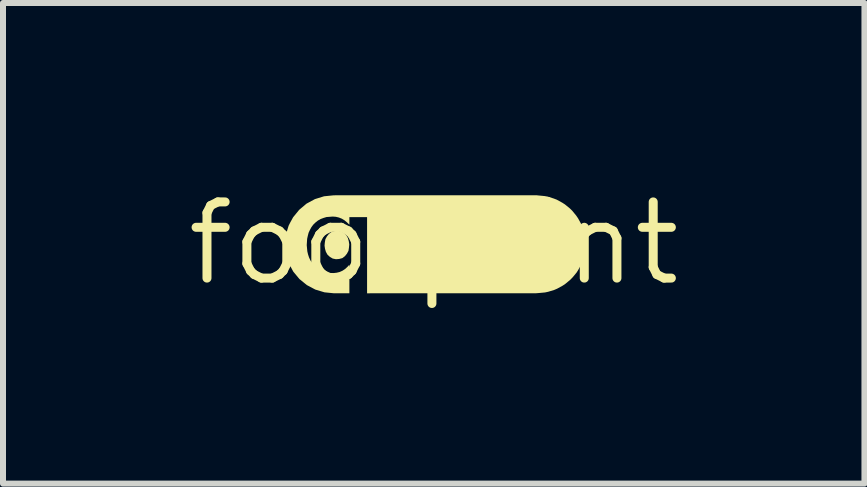
<source format=kicad_pcb>
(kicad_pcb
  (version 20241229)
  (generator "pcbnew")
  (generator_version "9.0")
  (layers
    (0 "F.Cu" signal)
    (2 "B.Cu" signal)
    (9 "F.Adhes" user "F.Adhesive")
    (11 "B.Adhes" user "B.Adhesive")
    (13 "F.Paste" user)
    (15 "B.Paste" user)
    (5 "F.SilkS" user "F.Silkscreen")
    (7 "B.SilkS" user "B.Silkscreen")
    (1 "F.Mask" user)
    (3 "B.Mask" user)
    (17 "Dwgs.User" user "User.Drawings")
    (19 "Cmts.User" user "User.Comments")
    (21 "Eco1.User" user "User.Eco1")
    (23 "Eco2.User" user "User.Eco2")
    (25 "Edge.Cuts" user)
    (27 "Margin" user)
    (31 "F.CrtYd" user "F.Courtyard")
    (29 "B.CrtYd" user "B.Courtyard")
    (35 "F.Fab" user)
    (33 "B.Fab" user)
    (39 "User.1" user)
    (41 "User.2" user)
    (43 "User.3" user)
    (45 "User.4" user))
  (footprint "footprint"
    (layer "F.Cu")
    (at 4.18 1.006)
    (property "Reference" "footprint" (at 0 0 0) (layer "F.SilkS") (effects (font (size 1.27 1.27) (thickness 0.15))))
    (fp_poly (pts (xy -1.543 -0.197) (xy -1.497 -0.17) (xy -1.457 -0.134) (xy -1.43 -0.086) (xy -1.416 -0.035) (xy -1.408 0.018) (xy -1.413 0.072) (xy -1.421 0.125) (xy -1.447 0.173) (xy -1.48 0.214) (xy -1.524 0.247) (xy -1.577 0.261) (xy -1.63 0.265) (xy -1.684 0.254) (xy -1.73 0.227) (xy -1.77 0.191) (xy -1.797 0.143) (xy -1.812 0.092) (xy -1.82 0.038) (xy -1.815 -0.015) (xy -1.806 -0.068) (xy -1.78 -0.116) (xy -1.747 -0.157) (xy -1.703 -0.19) (xy -1.65 -0.204) (xy -1.597 -0.208)) (stroke (width 0) (type solid)) (fill yes) (layer "F.SilkS"))
    (fp_poly (pts (xy 1.741 -0.798) (xy 1.846 -0.788) (xy 1.899 -0.779) (xy 2 -0.747) (xy 2.05 -0.728) (xy 2.143 -0.677) (xy 2.188 -0.648) (xy 2.27 -0.581) (xy 2.308 -0.544) (xy 2.376 -0.461) (xy 2.406 -0.417) (xy 2.457 -0.324) (xy 2.477 -0.275) (xy 2.509 -0.173) (xy 2.519 -0.121) (xy 2.53 -0.015) (xy 2.531 0.038) (xy 2.52 0.144) (xy 2.511 0.197) (xy 2.48 0.298) (xy 2.461 0.348) (xy 2.41 0.442) (xy 2.382 0.487) (xy 2.314 0.569) (xy 2.277 0.607) (xy 2.195 0.675) (xy 2.151 0.705) (xy 2.058 0.756) (xy 2.009 0.777) (xy 1.907 0.808) (xy 1.855 0.819) (xy 1.749 0.829) (xy 1.696 0.833) (xy -1.054 0.833) (xy -1.111 0.834) (xy -1.111 -0.437) (xy -1.406 -0.437) (xy -1.406 -0.432) (xy -1.406 -0.311) (xy -1.448 -0.351) (xy -1.488 -0.384) (xy -1.533 -0.411) (xy -1.581 -0.43) (xy -1.631 -0.442) (xy -1.683 -0.446) (xy -1.787 -0.438) (xy -1.837 -0.423) (xy -1.885 -0.405) (xy -1.931 -0.379) (xy -1.971 -0.347) (xy -2.008 -0.311) (xy -2.039 -0.269) (xy -2.064 -0.223) (xy -2.086 -0.176) (xy -2.099 -0.125) (xy -2.11 -0.075) (xy -2.117 0.03) (xy -2.107 0.134) (xy -2.095 0.185) (xy -2.079 0.234) (xy -2.057 0.282) (xy -2.029 0.326) (xy -1.999 0.368) (xy -1.96 0.402) (xy -1.918 0.433) (xy -1.873 0.458) (xy -1.824 0.475) (xy -1.774 0.489) (xy -1.722 0.494) (xy -1.67 0.496) (xy -1.618 0.49) (xy -1.568 0.478) (xy -1.521 0.457) (xy -1.477 0.428) (xy -1.439 0.393) (xy -1.406 0.357) (xy -1.406 0.811) (xy -1.406 0.833) (xy -1.662 0.833) (xy -1.821 0.817) (xy -1.974 0.771) (xy -2.115 0.696) (xy -2.239 0.595) (xy -2.341 0.472) (xy -2.417 0.331) (xy -2.464 0.178) (xy -2.48 0.019) (xy -2.464 -0.14) (xy -2.45 -0.191) (xy -2.419 -0.293) (xy -2.395 -0.341) (xy -2.344 -0.434) (xy -2.243 -0.558) (xy -2.121 -0.661) (xy -1.98 -0.737) (xy -1.828 -0.784) (xy -1.669 -0.8) (xy -1.616 -0.801) (xy 1.716 -0.801)) (stroke (width 0) (type solid)) (fill yes) (layer "F.SilkS")))
  (gr_rect
    (start -3 -3)
    (end 11.36 5.012)
    (stroke (width 0.1) (type default))
    (fill no)
    (layer "Edge.Cuts")))
</source>
